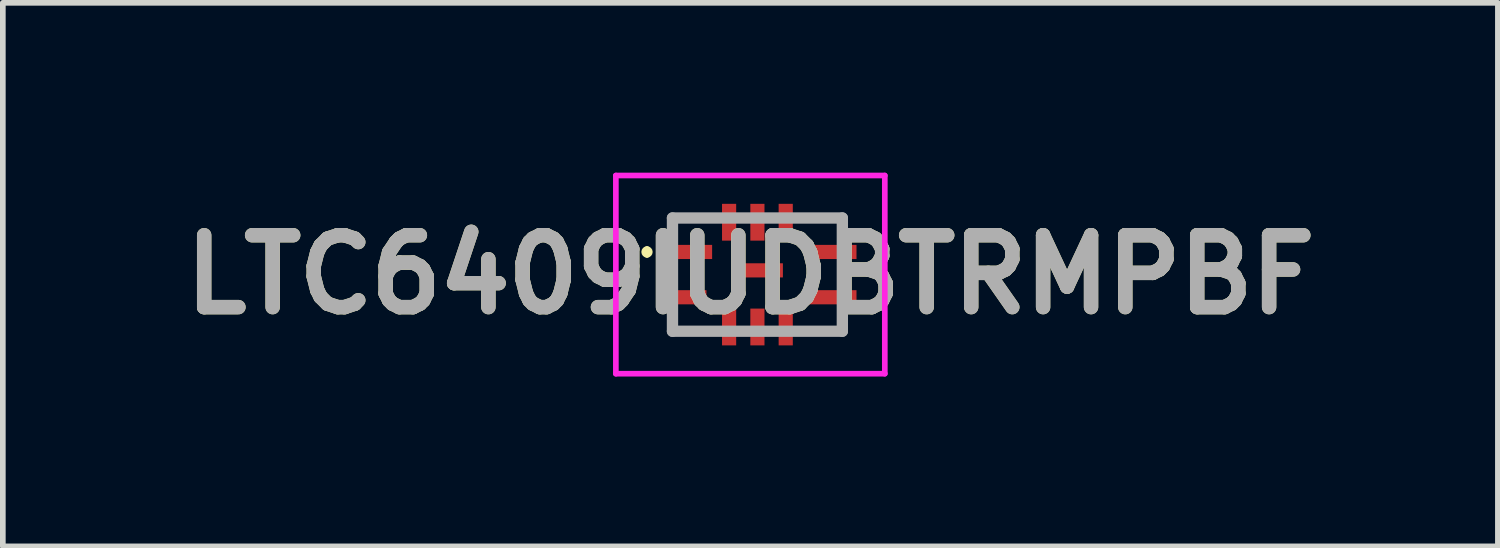
<source format=kicad_pcb>
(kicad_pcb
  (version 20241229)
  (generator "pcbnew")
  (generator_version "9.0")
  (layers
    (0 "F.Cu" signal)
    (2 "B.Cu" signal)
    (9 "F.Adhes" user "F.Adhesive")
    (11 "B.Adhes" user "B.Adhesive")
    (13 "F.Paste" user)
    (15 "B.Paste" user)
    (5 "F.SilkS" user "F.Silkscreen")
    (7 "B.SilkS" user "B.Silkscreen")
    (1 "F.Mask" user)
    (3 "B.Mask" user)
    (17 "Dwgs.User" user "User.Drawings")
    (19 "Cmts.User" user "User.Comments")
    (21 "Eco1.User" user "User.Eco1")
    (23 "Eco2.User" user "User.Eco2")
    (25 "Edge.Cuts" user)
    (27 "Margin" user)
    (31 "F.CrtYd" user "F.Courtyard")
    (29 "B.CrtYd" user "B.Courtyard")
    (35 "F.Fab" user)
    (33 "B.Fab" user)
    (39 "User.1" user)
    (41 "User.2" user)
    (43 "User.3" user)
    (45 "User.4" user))
  (footprint "LTC6409IUDBTRMPBF"
    (layer "F.Cu")
    (at 10.327 1.8)
    (property "Reference" "LTC6409IUDBTRMPBF" (at -0.125 0 0) (layer "F.SilkS") (effects (font (size 1.27 1.27) (thickness 0.254))))
    (attr smd)
    (fp_line (start -1.95 -0.45) (end -1.95 -0.45) (stroke (width 0.1) (type solid)) (layer "F.SilkS"))
    (fp_line (start -1.95 -0.35) (end -1.95 -0.35) (stroke (width 0.1) (type solid)) (layer "F.SilkS"))
    (fp_line (start -1.5 -1) (end -1.5 -0.7) (stroke (width 0.1) (type solid)) (layer "F.SilkS"))
    (fp_line (start -1.5 -0.1) (end -1.5 0.1) (stroke (width 0.1) (type solid)) (layer "F.SilkS"))
    (fp_line (start -1.5 0.7) (end -1.5 1) (stroke (width 0.1) (type solid)) (layer "F.SilkS"))
    (fp_line (start -1.5 1) (end -0.8 1) (stroke (width 0.1) (type solid)) (layer "F.SilkS"))
    (fp_line (start -0.8 -1) (end -1.5 -1) (stroke (width 0.1) (type solid)) (layer "F.SilkS"))
    (fp_line (start 0.8 -1) (end 1.5 -1) (stroke (width 0.1) (type solid)) (layer "F.SilkS"))
    (fp_line (start 0.8 1) (end 1.5 1) (stroke (width 0.1) (type solid)) (layer "F.SilkS"))
    (fp_line (start 1.5 -1) (end 1.5 -0.7) (stroke (width 0.1) (type solid)) (layer "F.SilkS"))
    (fp_line (start 1.5 -0.1) (end 1.5 0.1) (stroke (width 0.1) (type solid)) (layer "F.SilkS"))
    (fp_line (start 1.5 1) (end 1.5 0.7) (stroke (width 0.1) (type solid)) (layer "F.SilkS"))
    (fp_arc (start -1.95 -0.45) (mid -1.9 -0.4) (end -1.95 -0.35) (stroke (width 0.1) (type solid)) (layer "F.SilkS"))
    (fp_arc (start -1.95 -0.35) (mid -2 -0.4) (end -1.95 -0.45) (stroke (width 0.1) (type solid)) (layer "F.SilkS"))
    (fp_line (start -2.5 -1.75) (end 2.25 -1.75) (stroke (width 0.1) (type solid)) (layer "F.CrtYd"))
    (fp_line (start -2.5 1.75) (end -2.5 -1.75) (stroke (width 0.1) (type solid)) (layer "F.CrtYd"))
    (fp_line (start 2.25 -1.75) (end 2.25 1.75) (stroke (width 0.1) (type solid)) (layer "F.CrtYd"))
    (fp_line (start 2.25 1.75) (end -2.5 1.75) (stroke (width 0.1) (type solid)) (layer "F.CrtYd"))
    (fp_line (start -1.5 -1) (end 1.5 -1) (stroke (width 0.2) (type solid)) (layer "F.Fab"))
    (fp_line (start -1.5 1) (end -1.5 -1) (stroke (width 0.2) (type solid)) (layer "F.Fab"))
    (fp_line (start 1.5 -1) (end 1.5 1) (stroke (width 0.2) (type solid)) (layer "F.Fab"))
    (fp_line (start 1.5 1) (end -1.5 1) (stroke (width 0.2) (type solid)) (layer "F.Fab"))
    (fp_text user "${REFERENCE}" (at -0.125 0 0) (layer "F.Fab") (effects (font (size 1.27 1.27) (thickness 0.254))))
    (pad "1" smd rect (at -1.275 -0.4 90) (size 0.25 0.95) (layers "F.Cu" "F.Mask" "F.Paste"))
    (pad "2" smd rect (at -1.325 0.4 90) (size 0.25 0.85) (layers "F.Cu" "F.Mask" "F.Paste"))
    (pad "3" smd rect (at -0.5 0.925) (size 0.25 0.65) (layers "F.Cu" "F.Mask" "F.Paste"))
    (pad "4" smd rect (at 0 0.925) (size 0.25 0.65) (layers "F.Cu" "F.Mask" "F.Paste"))
    (pad "5" smd rect (at 0.5 0.925) (size 0.25 0.65) (layers "F.Cu" "F.Mask" "F.Paste"))
    (pad "6" smd rect (at 1.325 0.4 90) (size 0.25 0.85) (layers "F.Cu" "F.Mask" "F.Paste"))
    (pad "7" smd rect (at 1.325 -0.4 90) (size 0.25 0.85) (layers "F.Cu" "F.Mask" "F.Paste"))
    (pad "8" smd rect (at 0.5 -0.925) (size 0.25 0.65) (layers "F.Cu" "F.Mask" "F.Paste"))
    (pad "9" smd rect (at 0 -0.925) (size 0.25 0.65) (layers "F.Cu" "F.Mask" "F.Paste"))
    (pad "10" smd rect (at -0.5 -0.925) (size 0.25 0.65) (layers "F.Cu" "F.Mask" "F.Paste"))
    (pad "11" smd rect (at 0 -0.075 90) (size 0.25 0.9) (layers "F.Cu" "F.Mask" "F.Paste")))
  (gr_rect
    (start -3 -3)
    (end 23.405 6.6)
    (stroke (width 0.1) (type default))
    (fill no)
    (layer "Edge.Cuts")))
</source>
